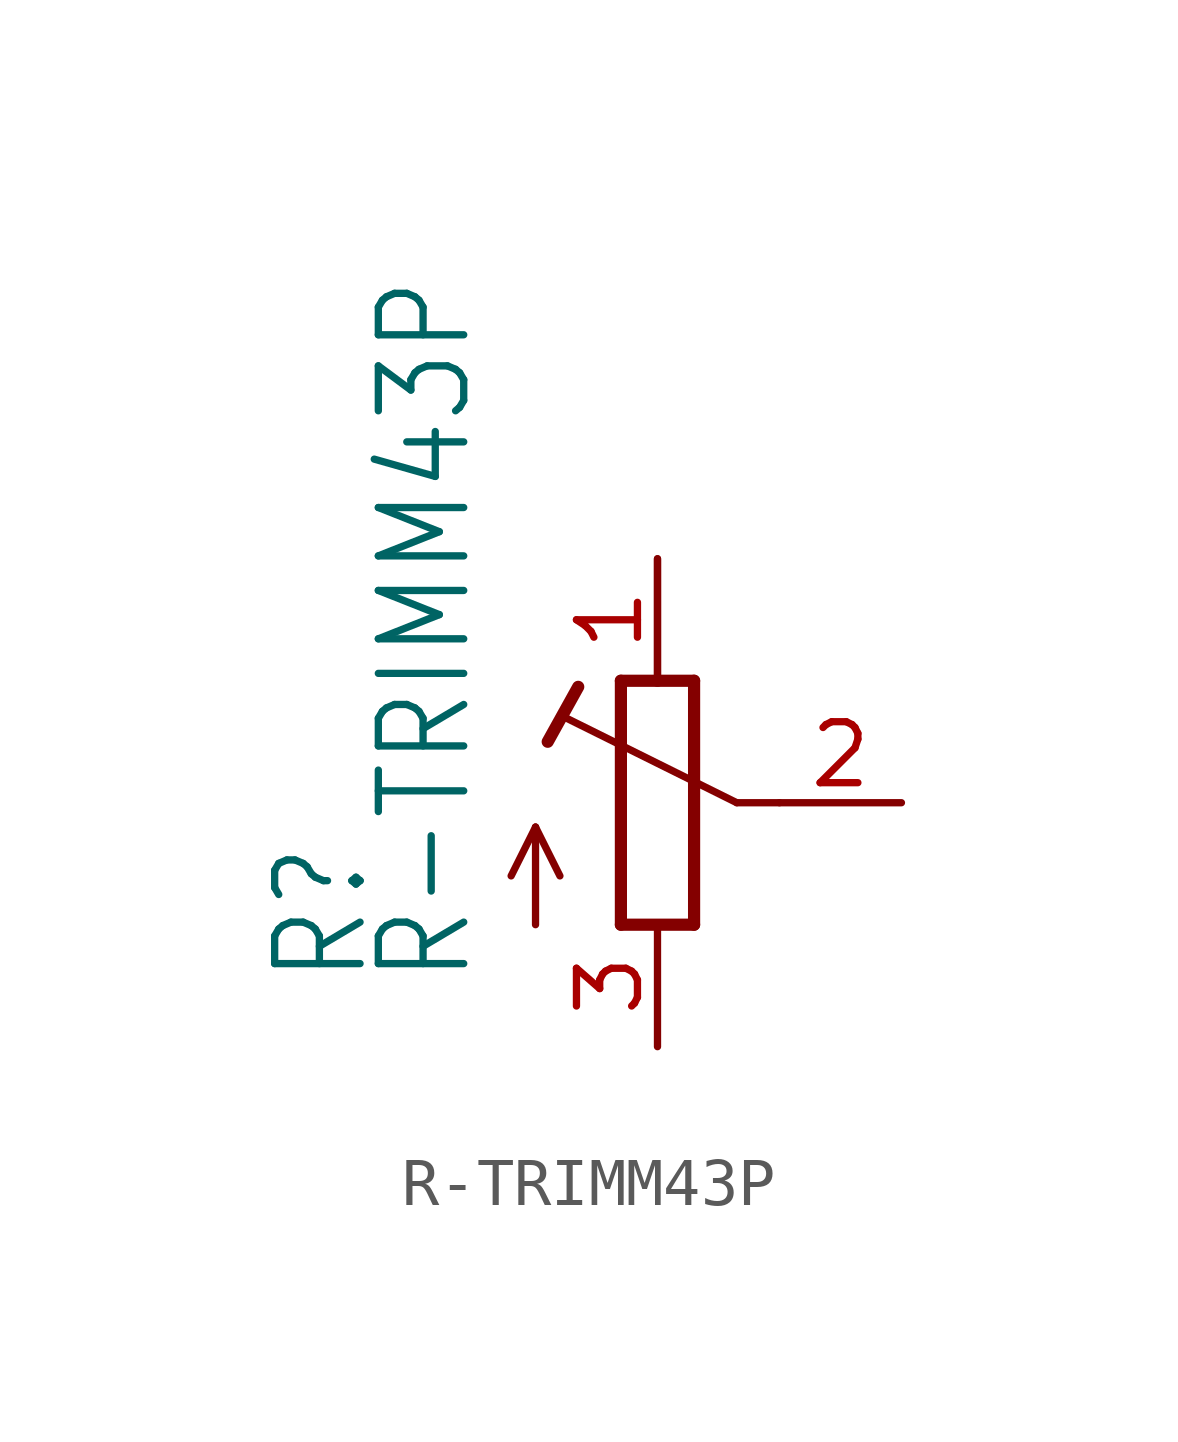
<source format=kicad_sym>
(kicad_symbol_lib
  (version 20211014)
  (generator kicad_symbol_editor)
  (symbol "R-TRIMM43P"
    (property "Reference" "R"
      (at -5.969 -3.81 90)
      (effects (font (size 1.778 1.511)) (justify left bottom)))
    (property "Value" "R-TRIMM43P"
      (at -3.81 -3.81 90)
      (effects (font (size 1.778 1.511)) (justify left bottom)))
    (property "ki_locked" ""
      (at 0 0 0)
      (effects (font (size 1.27 1.27))))
    (symbol "R-TRIMM43P_1_0"
      (polyline (pts (xy -2.54 -2.54) (xy -2.54 -0.508)) (stroke (width 0.152) (type default) (color 0 0 0 0)) (fill (type none)))
      (polyline (pts (xy -2.54 -0.508) (xy -3.048 -1.524)) (stroke (width 0.152) (type default) (color 0 0 0 0)) (fill (type none)))
      (polyline (pts (xy -2.54 -0.508) (xy -2.032 -1.524)) (stroke (width 0.152) (type default) (color 0 0 0 0)) (fill (type none)))
      (polyline (pts (xy -2.286 1.27) (xy -1.651 2.413)) (stroke (width 0.254) (type default) (color 0 0 0 0)) (fill (type none)))
      (polyline (pts (xy -0.762 -2.54) (xy 0.762 -2.54)) (stroke (width 0.254) (type default) (color 0 0 0 0)) (fill (type none)))
      (polyline (pts (xy -0.762 2.54) (xy -0.762 -2.54)) (stroke (width 0.254) (type default) (color 0 0 0 0)) (fill (type none)))
      (polyline (pts (xy 0 2.54) (xy -0.762 2.54)) (stroke (width 0.254) (type default) (color 0 0 0 0)) (fill (type none)))
      (polyline (pts (xy 0 2.54) (xy 0 5.08)) (stroke (width 0.152) (type default) (color 0 0 0 0)) (fill (type none)))
      (polyline (pts (xy 0.762 -2.54) (xy 0.762 2.54)) (stroke (width 0.254) (type default) (color 0 0 0 0)) (fill (type none)))
      (polyline (pts (xy 0.762 2.54) (xy 0 2.54)) (stroke (width 0.254) (type default) (color 0 0 0 0)) (fill (type none)))
      (polyline (pts (xy 1.651 0) (xy -1.88 1.753)) (stroke (width 0.152) (type default) (color 0 0 0 0)) (fill (type none)))
      (polyline (pts (xy 2.54 0) (xy 1.651 0)) (stroke (width 0.152) (type default) (color 0 0 0 0)) (fill (type none)))
      (pin passive line (at 0 5.08 270) (length 2.54) (name "E" (effects (font (size 0 0)))) (number "1" (effects (font (size 1.27 1.27)))))
      (pin passive line (at 5.08 0 180) (length 2.54) (name "S" (effects (font (size 0 0)))) (number "2" (effects (font (size 1.27 1.27)))))
      (pin passive line (at 0 -5.08 90) (length 2.54) (name "A" (effects (font (size 0 0)))) (number "3" (effects (font (size 1.27 1.27))))))))
</source>
